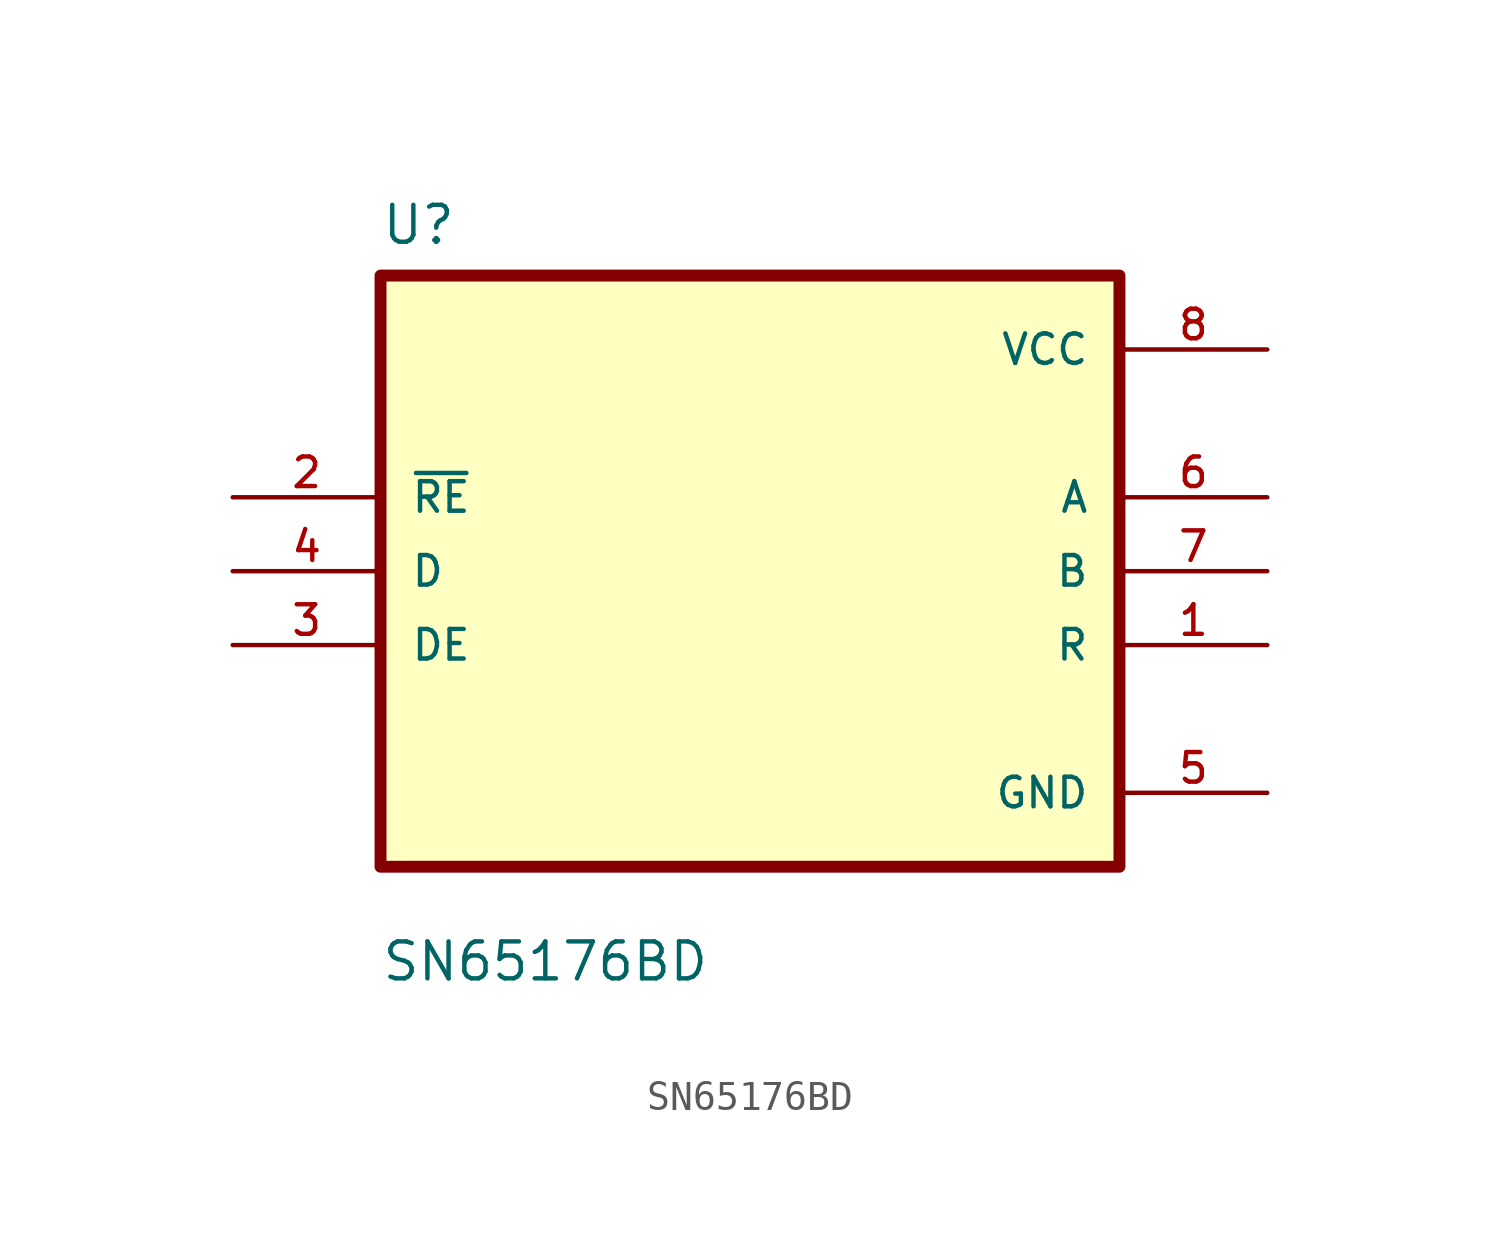
<source format=kicad_sym>
(kicad_symbol_lib
  (version 20211014)
  (generator kicad_symbol_editor)
  (symbol "SN65176BD"
    (pin_names
      (offset 1.016))
    (property "Reference" "U"
      (at -12.7 11.16 0.0)
      (effects (font (size 1.27 1.27)) (justify bottom left)))
    (property "Value" "SN65176BD"
      (at -12.7 -14.16 0.0)
      (effects (font (size 1.27 1.27)) (justify bottom left)))
    (symbol "SN65176BD_0_0"
      (rectangle (start -12.7 -10.16) (end 12.7 10.16) (stroke (width 0.41)) (fill (type background)))
      (pin input line (at -17.78 2.54 0) (length 5.08) (name "~{RE}" (effects (font (size 1.016 1.016)))) (number "2" (effects (font (size 1.016 1.016)))))
      (pin input line (at -17.78 0.0 0) (length 5.08) (name "D" (effects (font (size 1.016 1.016)))) (number "4" (effects (font (size 1.016 1.016)))))
      (pin input line (at -17.78 -2.54 0) (length 5.08) (name "DE" (effects (font (size 1.016 1.016)))) (number "3" (effects (font (size 1.016 1.016)))))
      (pin power_in line (at 17.78 7.62 180.0) (length 5.08) (name "VCC" (effects (font (size 1.016 1.016)))) (number "8" (effects (font (size 1.016 1.016)))))
      (pin output line (at 17.78 2.54 180.0) (length 5.08) (name "A" (effects (font (size 1.016 1.016)))) (number "6" (effects (font (size 1.016 1.016)))))
      (pin output line (at 17.78 0.0 180.0) (length 5.08) (name "B" (effects (font (size 1.016 1.016)))) (number "7" (effects (font (size 1.016 1.016)))))
      (pin output line (at 17.78 -2.54 180.0) (length 5.08) (name "R" (effects (font (size 1.016 1.016)))) (number "1" (effects (font (size 1.016 1.016)))))
      (pin power_in line (at 17.78 -7.62 180.0) (length 5.08) (name "GND" (effects (font (size 1.016 1.016)))) (number "5" (effects (font (size 1.016 1.016))))))))
</source>
